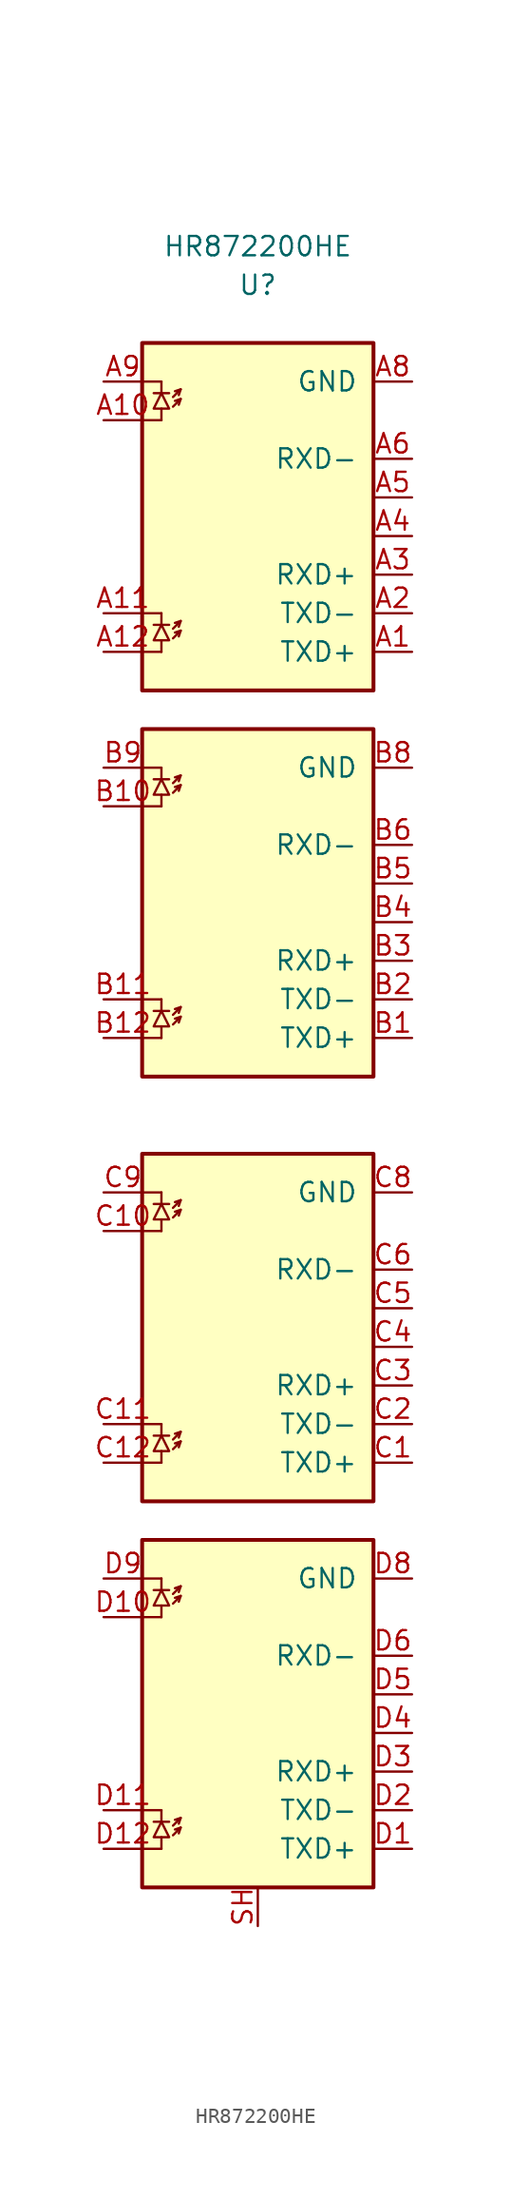
<source format=kicad_sym>
(kicad_symbol_lib
  (version 20231120)
  (generator "kicad_symbol_editor")
  (generator_version "8.0")
  (symbol "HR872200HE"
    (pin_names
      (offset 1.016))
    (property "Reference" "U"
      (at 0 54.61 0)
      (effects (font (size 1.27 1.27))))
    (property "Value" "HR872200HE"
      (at 0 57.15 0)
      (effects (font (size 1.27 1.27))))
    (symbol "HR872200HE_1_1"
      (polyline (pts (xy -7.62 -48.26) (xy -6.35 -48.26)) (stroke (width 0) (type solid)) (fill (type none)))
      (polyline (pts (xy -7.62 -45.72) (xy -6.35 -45.72)) (stroke (width 0) (type solid)) (fill (type none)))
      (polyline (pts (xy -7.62 -33.02) (xy -6.35 -33.02)) (stroke (width 0) (type solid)) (fill (type none)))
      (polyline (pts (xy -7.62 -30.48) (xy -6.35 -30.48)) (stroke (width 0) (type solid)) (fill (type none)))
      (polyline (pts (xy -7.62 -22.86) (xy -6.35 -22.86)) (stroke (width 0) (type solid)) (fill (type none)))
      (polyline (pts (xy -7.62 -20.32) (xy -6.35 -20.32)) (stroke (width 0) (type solid)) (fill (type none)))
      (polyline (pts (xy -7.62 -7.62) (xy -6.35 -7.62)) (stroke (width 0) (type solid)) (fill (type none)))
      (polyline (pts (xy -7.62 -5.08) (xy -6.35 -5.08)) (stroke (width 0) (type solid)) (fill (type none)))
      (polyline (pts (xy -7.62 5.08) (xy -6.35 5.08)) (stroke (width 0) (type solid)) (fill (type none)))
      (polyline (pts (xy -7.62 7.62) (xy -6.35 7.62)) (stroke (width 0) (type solid)) (fill (type none)))
      (polyline (pts (xy -7.62 20.32) (xy -6.35 20.32)) (stroke (width 0) (type solid)) (fill (type none)))
      (polyline (pts (xy -7.62 22.86) (xy -6.35 22.86)) (stroke (width 0) (type solid)) (fill (type none)))
      (polyline (pts (xy -7.62 30.48) (xy -6.35 30.48)) (stroke (width 0) (type solid)) (fill (type none)))
      (polyline (pts (xy -7.62 33.02) (xy -6.35 33.02)) (stroke (width 0) (type solid)) (fill (type none)))
      (polyline (pts (xy -7.62 45.72) (xy -6.35 45.72)) (stroke (width 0) (type solid)) (fill (type none)))
      (polyline (pts (xy -7.62 48.26) (xy -6.35 48.26)) (stroke (width 0) (type solid)) (fill (type none)))
      (polyline (pts (xy -6.858 -46.482) (xy -5.842 -46.482)) (stroke (width 0) (type solid)) (fill (type none)))
      (polyline (pts (xy -6.858 -31.242) (xy -5.842 -31.242)) (stroke (width 0) (type solid)) (fill (type none)))
      (polyline (pts (xy -6.858 -21.082) (xy -5.842 -21.082)) (stroke (width 0) (type solid)) (fill (type none)))
      (polyline (pts (xy -6.858 -5.842) (xy -5.842 -5.842)) (stroke (width 0) (type solid)) (fill (type none)))
      (polyline (pts (xy -6.858 6.858) (xy -5.842 6.858)) (stroke (width 0) (type solid)) (fill (type none)))
      (polyline (pts (xy -6.858 22.098) (xy -5.842 22.098)) (stroke (width 0) (type solid)) (fill (type none)))
      (polyline (pts (xy -6.858 32.258) (xy -5.842 32.258)) (stroke (width 0) (type solid)) (fill (type none)))
      (polyline (pts (xy -6.858 47.498) (xy -5.842 47.498)) (stroke (width 0) (type solid)) (fill (type none)))
      (polyline (pts (xy -6.35 -48.26) (xy -6.35 -47.498)) (stroke (width 0) (type solid)) (fill (type none)))
      (polyline (pts (xy -6.35 -45.72) (xy -6.35 -46.482)) (stroke (width 0) (type solid)) (fill (type none)))
      (polyline (pts (xy -6.35 -33.02) (xy -6.35 -32.258)) (stroke (width 0) (type solid)) (fill (type none)))
      (polyline (pts (xy -6.35 -30.48) (xy -6.35 -31.242)) (stroke (width 0) (type solid)) (fill (type none)))
      (polyline (pts (xy -6.35 -22.86) (xy -6.35 -22.098)) (stroke (width 0) (type solid)) (fill (type none)))
      (polyline (pts (xy -6.35 -20.32) (xy -6.35 -21.082)) (stroke (width 0) (type solid)) (fill (type none)))
      (polyline (pts (xy -6.35 -7.62) (xy -6.35 -6.858)) (stroke (width 0) (type solid)) (fill (type none)))
      (polyline (pts (xy -6.35 -5.08) (xy -6.35 -5.842)) (stroke (width 0) (type solid)) (fill (type none)))
      (polyline (pts (xy -6.35 5.08) (xy -6.35 5.842)) (stroke (width 0) (type solid)) (fill (type none)))
      (polyline (pts (xy -6.35 7.62) (xy -6.35 6.858)) (stroke (width 0) (type solid)) (fill (type none)))
      (polyline (pts (xy -6.35 20.32) (xy -6.35 21.082)) (stroke (width 0) (type solid)) (fill (type none)))
      (polyline (pts (xy -6.35 22.86) (xy -6.35 22.098)) (stroke (width 0) (type solid)) (fill (type none)))
      (polyline (pts (xy -6.35 30.48) (xy -6.35 31.242)) (stroke (width 0) (type solid)) (fill (type none)))
      (polyline (pts (xy -6.35 33.02) (xy -6.35 32.258)) (stroke (width 0) (type solid)) (fill (type none)))
      (polyline (pts (xy -6.35 45.72) (xy -6.35 46.482)) (stroke (width 0) (type solid)) (fill (type none)))
      (polyline (pts (xy -6.35 48.26) (xy -6.35 47.498)) (stroke (width 0) (type solid)) (fill (type none)))
      (polyline (pts (xy -5.08 -46.863) (xy -5.207 -47.244)) (stroke (width 0) (type solid)) (fill (type none)))
      (polyline (pts (xy -5.08 -46.228) (xy -5.207 -46.609)) (stroke (width 0) (type solid)) (fill (type none)))
      (polyline (pts (xy -5.08 -31.623) (xy -5.207 -32.004)) (stroke (width 0) (type solid)) (fill (type none)))
      (polyline (pts (xy -5.08 -30.988) (xy -5.207 -31.369)) (stroke (width 0) (type solid)) (fill (type none)))
      (polyline (pts (xy -5.08 -21.463) (xy -5.207 -21.844)) (stroke (width 0) (type solid)) (fill (type none)))
      (polyline (pts (xy -5.08 -20.828) (xy -5.207 -21.209)) (stroke (width 0) (type solid)) (fill (type none)))
      (polyline (pts (xy -5.08 -6.223) (xy -5.207 -6.604)) (stroke (width 0) (type solid)) (fill (type none)))
      (polyline (pts (xy -5.08 -5.588) (xy -5.207 -5.969)) (stroke (width 0) (type solid)) (fill (type none)))
      (polyline (pts (xy -5.08 6.477) (xy -5.207 6.096)) (stroke (width 0) (type solid)) (fill (type none)))
      (polyline (pts (xy -5.08 7.112) (xy -5.207 6.731)) (stroke (width 0) (type solid)) (fill (type none)))
      (polyline (pts (xy -5.08 21.717) (xy -5.207 21.336)) (stroke (width 0) (type solid)) (fill (type none)))
      (polyline (pts (xy -5.08 22.352) (xy -5.207 21.971)) (stroke (width 0) (type solid)) (fill (type none)))
      (polyline (pts (xy -5.08 31.877) (xy -5.207 31.496)) (stroke (width 0) (type solid)) (fill (type none)))
      (polyline (pts (xy -5.08 32.512) (xy -5.207 32.131)) (stroke (width 0) (type solid)) (fill (type none)))
      (polyline (pts (xy -5.08 47.117) (xy -5.207 46.736)) (stroke (width 0) (type solid)) (fill (type none)))
      (polyline (pts (xy -5.08 47.752) (xy -5.207 47.371)) (stroke (width 0) (type solid)) (fill (type none)))
      (polyline (pts (xy -5.588 -47.371) (xy -5.08 -46.863) (xy -5.461 -46.99)) (stroke (width 0) (type solid)) (fill (type none)))
      (polyline (pts (xy -5.588 -46.736) (xy -5.08 -46.228) (xy -5.461 -46.355)) (stroke (width 0) (type solid)) (fill (type none)))
      (polyline (pts (xy -5.588 -32.131) (xy -5.08 -31.623) (xy -5.461 -31.75)) (stroke (width 0) (type solid)) (fill (type none)))
      (polyline (pts (xy -5.588 -31.496) (xy -5.08 -30.988) (xy -5.461 -31.115)) (stroke (width 0) (type solid)) (fill (type none)))
      (polyline (pts (xy -5.588 -21.971) (xy -5.08 -21.463) (xy -5.461 -21.59)) (stroke (width 0) (type solid)) (fill (type none)))
      (polyline (pts (xy -5.588 -21.336) (xy -5.08 -20.828) (xy -5.461 -20.955)) (stroke (width 0) (type solid)) (fill (type none)))
      (polyline (pts (xy -5.588 -6.731) (xy -5.08 -6.223) (xy -5.461 -6.35)) (stroke (width 0) (type solid)) (fill (type none)))
      (polyline (pts (xy -5.588 -6.096) (xy -5.08 -5.588) (xy -5.461 -5.715)) (stroke (width 0) (type solid)) (fill (type none)))
      (polyline (pts (xy -5.588 5.969) (xy -5.08 6.477) (xy -5.461 6.35)) (stroke (width 0) (type solid)) (fill (type none)))
      (polyline (pts (xy -5.588 6.604) (xy -5.08 7.112) (xy -5.461 6.985)) (stroke (width 0) (type solid)) (fill (type none)))
      (polyline (pts (xy -5.588 21.209) (xy -5.08 21.717) (xy -5.461 21.59)) (stroke (width 0) (type solid)) (fill (type none)))
      (polyline (pts (xy -5.588 21.844) (xy -5.08 22.352) (xy -5.461 22.225)) (stroke (width 0) (type solid)) (fill (type none)))
      (polyline (pts (xy -5.588 31.369) (xy -5.08 31.877) (xy -5.461 31.75)) (stroke (width 0) (type solid)) (fill (type none)))
      (polyline (pts (xy -5.588 32.004) (xy -5.08 32.512) (xy -5.461 32.385)) (stroke (width 0) (type solid)) (fill (type none)))
      (polyline (pts (xy -5.588 46.609) (xy -5.08 47.117) (xy -5.461 46.99)) (stroke (width 0) (type solid)) (fill (type none)))
      (polyline (pts (xy -5.588 47.244) (xy -5.08 47.752) (xy -5.461 47.625)) (stroke (width 0) (type solid)) (fill (type none)))
      (polyline (pts (xy -6.35 -46.482) (xy -6.858 -47.498) (xy -5.842 -47.498) (xy -6.35 -46.482)) (stroke (width 0) (type solid)) (fill (type none)))
      (polyline (pts (xy -6.35 -31.242) (xy -6.858 -32.258) (xy -5.842 -32.258) (xy -6.35 -31.242)) (stroke (width 0) (type solid)) (fill (type none)))
      (polyline (pts (xy -6.35 -21.082) (xy -6.858 -22.098) (xy -5.842 -22.098) (xy -6.35 -21.082)) (stroke (width 0) (type solid)) (fill (type none)))
      (polyline (pts (xy -6.35 -5.842) (xy -6.858 -6.858) (xy -5.842 -6.858) (xy -6.35 -5.842)) (stroke (width 0) (type solid)) (fill (type none)))
      (polyline (pts (xy -6.35 6.858) (xy -6.858 5.842) (xy -5.842 5.842) (xy -6.35 6.858)) (stroke (width 0) (type solid)) (fill (type none)))
      (polyline (pts (xy -6.35 22.098) (xy -6.858 21.082) (xy -5.842 21.082) (xy -6.35 22.098)) (stroke (width 0) (type solid)) (fill (type none)))
      (polyline (pts (xy -6.35 32.258) (xy -6.858 31.242) (xy -5.842 31.242) (xy -6.35 32.258)) (stroke (width 0) (type solid)) (fill (type none)))
      (polyline (pts (xy -6.35 47.498) (xy -6.858 46.482) (xy -5.842 46.482) (xy -6.35 47.498)) (stroke (width 0) (type solid)) (fill (type none)))
      (rectangle (start 7.62 -27.94) (end -7.62 -50.8) (stroke (width 0.254) (type solid)) (fill (type background)))
      (rectangle (start 7.62 -2.54) (end -7.62 -25.4) (stroke (width 0.254) (type solid)) (fill (type background)))
      (rectangle (start 7.62 25.4) (end -7.62 2.54) (stroke (width 0.254) (type solid)) (fill (type background)))
      (rectangle (start 7.62 50.8) (end -7.62 27.94) (stroke (width 0.254) (type solid)) (fill (type background)))
      (pin passive line (at 10.16 30.48 180) (length 2.54) (name "TXD+" (effects (font (size 1.27 1.27)))) (number "A1" (effects (font (size 1.27 1.27)))))
      (pin passive line (at -10.16 45.72 0) (length 2.54) (name "~" (effects (font (size 1.27 1.27)))) (number "A10" (effects (font (size 1.27 1.27)))))
      (pin passive line (at -10.16 33.02 0) (length 2.54) (name "~" (effects (font (size 1.27 1.27)))) (number "A11" (effects (font (size 1.27 1.27)))))
      (pin passive line (at -10.16 30.48 0) (length 2.54) (name "~" (effects (font (size 1.27 1.27)))) (number "A12" (effects (font (size 1.27 1.27)))))
      (pin passive line (at 10.16 33.02 180) (length 2.54) (name "TXD-" (effects (font (size 1.27 1.27)))) (number "A2" (effects (font (size 1.27 1.27)))))
      (pin passive line (at 10.16 35.56 180) (length 2.54) (name "RXD+" (effects (font (size 1.27 1.27)))) (number "A3" (effects (font (size 1.27 1.27)))))
      (pin passive line (at 10.16 38.1 180) (length 2.54) (name "~" (effects (font (size 1.27 1.27)))) (number "A4" (effects (font (size 1.27 1.27)))))
      (pin passive line (at 10.16 40.64 180) (length 2.54) (name "~" (effects (font (size 1.27 1.27)))) (number "A5" (effects (font (size 1.27 1.27)))))
      (pin passive line (at 10.16 43.18 180) (length 2.54) (name "RXD-" (effects (font (size 1.27 1.27)))) (number "A6" (effects (font (size 1.27 1.27)))))
      (pin passive line (at 10.16 45.72 180) (length 2.54) hide (name "NC" (effects (font (size 1.27 1.27)))) (number "A7" (effects (font (size 1.27 1.27)))))
      (pin passive line (at 10.16 48.26 180) (length 2.54) (name "GND" (effects (font (size 1.27 1.27)))) (number "A8" (effects (font (size 1.27 1.27)))))
      (pin passive line (at -10.16 48.26 0) (length 2.54) (name "~" (effects (font (size 1.27 1.27)))) (number "A9" (effects (font (size 1.27 1.27)))))
      (pin passive line (at 10.16 5.08 180) (length 2.54) (name "TXD+" (effects (font (size 1.27 1.27)))) (number "B1" (effects (font (size 1.27 1.27)))))
      (pin passive line (at -10.16 20.32 0) (length 2.54) (name "~" (effects (font (size 1.27 1.27)))) (number "B10" (effects (font (size 1.27 1.27)))))
      (pin passive line (at -10.16 7.62 0) (length 2.54) (name "~" (effects (font (size 1.27 1.27)))) (number "B11" (effects (font (size 1.27 1.27)))))
      (pin passive line (at -10.16 5.08 0) (length 2.54) (name "~" (effects (font (size 1.27 1.27)))) (number "B12" (effects (font (size 1.27 1.27)))))
      (pin passive line (at 10.16 7.62 180) (length 2.54) (name "TXD-" (effects (font (size 1.27 1.27)))) (number "B2" (effects (font (size 1.27 1.27)))))
      (pin passive line (at 10.16 10.16 180) (length 2.54) (name "RXD+" (effects (font (size 1.27 1.27)))) (number "B3" (effects (font (size 1.27 1.27)))))
      (pin passive line (at 10.16 12.7 180) (length 2.54) (name "~" (effects (font (size 1.27 1.27)))) (number "B4" (effects (font (size 1.27 1.27)))))
      (pin passive line (at 10.16 15.24 180) (length 2.54) (name "~" (effects (font (size 1.27 1.27)))) (number "B5" (effects (font (size 1.27 1.27)))))
      (pin passive line (at 10.16 17.78 180) (length 2.54) (name "RXD-" (effects (font (size 1.27 1.27)))) (number "B6" (effects (font (size 1.27 1.27)))))
      (pin passive line (at 10.16 20.32 180) (length 2.54) hide (name "NC" (effects (font (size 1.27 1.27)))) (number "B7" (effects (font (size 1.27 1.27)))))
      (pin passive line (at 10.16 22.86 180) (length 2.54) (name "GND" (effects (font (size 1.27 1.27)))) (number "B8" (effects (font (size 1.27 1.27)))))
      (pin passive line (at -10.16 22.86 0) (length 2.54) (name "~" (effects (font (size 1.27 1.27)))) (number "B9" (effects (font (size 1.27 1.27)))))
      (pin passive line (at 10.16 -22.86 180) (length 2.54) (name "TXD+" (effects (font (size 1.27 1.27)))) (number "C1" (effects (font (size 1.27 1.27)))))
      (pin passive line (at -10.16 -7.62 0) (length 2.54) (name "~" (effects (font (size 1.27 1.27)))) (number "C10" (effects (font (size 1.27 1.27)))))
      (pin passive line (at -10.16 -20.32 0) (length 2.54) (name "~" (effects (font (size 1.27 1.27)))) (number "C11" (effects (font (size 1.27 1.27)))))
      (pin passive line (at -10.16 -22.86 0) (length 2.54) (name "~" (effects (font (size 1.27 1.27)))) (number "C12" (effects (font (size 1.27 1.27)))))
      (pin passive line (at 10.16 -20.32 180) (length 2.54) (name "TXD-" (effects (font (size 1.27 1.27)))) (number "C2" (effects (font (size 1.27 1.27)))))
      (pin passive line (at 10.16 -17.78 180) (length 2.54) (name "RXD+" (effects (font (size 1.27 1.27)))) (number "C3" (effects (font (size 1.27 1.27)))))
      (pin passive line (at 10.16 -15.24 180) (length 2.54) (name "~" (effects (font (size 1.27 1.27)))) (number "C4" (effects (font (size 1.27 1.27)))))
      (pin passive line (at 10.16 -12.7 180) (length 2.54) (name "~" (effects (font (size 1.27 1.27)))) (number "C5" (effects (font (size 1.27 1.27)))))
      (pin passive line (at 10.16 -10.16 180) (length 2.54) (name "RXD-" (effects (font (size 1.27 1.27)))) (number "C6" (effects (font (size 1.27 1.27)))))
      (pin passive line (at 10.16 -7.62 180) (length 2.54) hide (name "NC" (effects (font (size 1.27 1.27)))) (number "C7" (effects (font (size 1.27 1.27)))))
      (pin passive line (at 10.16 -5.08 180) (length 2.54) (name "GND" (effects (font (size 1.27 1.27)))) (number "C8" (effects (font (size 1.27 1.27)))))
      (pin passive line (at -10.16 -5.08 0) (length 2.54) (name "~" (effects (font (size 1.27 1.27)))) (number "C9" (effects (font (size 1.27 1.27)))))
      (pin passive line (at 10.16 -48.26 180) (length 2.54) (name "TXD+" (effects (font (size 1.27 1.27)))) (number "D1" (effects (font (size 1.27 1.27)))))
      (pin passive line (at -10.16 -33.02 0) (length 2.54) (name "~" (effects (font (size 1.27 1.27)))) (number "D10" (effects (font (size 1.27 1.27)))))
      (pin passive line (at -10.16 -45.72 0) (length 2.54) (name "~" (effects (font (size 1.27 1.27)))) (number "D11" (effects (font (size 1.27 1.27)))))
      (pin passive line (at -10.16 -48.26 0) (length 2.54) (name "~" (effects (font (size 1.27 1.27)))) (number "D12" (effects (font (size 1.27 1.27)))))
      (pin passive line (at 10.16 -45.72 180) (length 2.54) (name "TXD-" (effects (font (size 1.27 1.27)))) (number "D2" (effects (font (size 1.27 1.27)))))
      (pin passive line (at 10.16 -43.18 180) (length 2.54) (name "RXD+" (effects (font (size 1.27 1.27)))) (number "D3" (effects (font (size 1.27 1.27)))))
      (pin passive line (at 10.16 -40.64 180) (length 2.54) (name "~" (effects (font (size 1.27 1.27)))) (number "D4" (effects (font (size 1.27 1.27)))))
      (pin passive line (at 10.16 -38.1 180) (length 2.54) (name "~" (effects (font (size 1.27 1.27)))) (number "D5" (effects (font (size 1.27 1.27)))))
      (pin passive line (at 10.16 -35.56 180) (length 2.54) (name "RXD-" (effects (font (size 1.27 1.27)))) (number "D6" (effects (font (size 1.27 1.27)))))
      (pin passive line (at 10.16 -33.02 180) (length 2.54) hide (name "NC" (effects (font (size 1.27 1.27)))) (number "D7" (effects (font (size 1.27 1.27)))))
      (pin passive line (at 10.16 -30.48 180) (length 2.54) (name "GND" (effects (font (size 1.27 1.27)))) (number "D8" (effects (font (size 1.27 1.27)))))
      (pin passive line (at -10.16 -30.48 0) (length 2.54) (name "~" (effects (font (size 1.27 1.27)))) (number "D9" (effects (font (size 1.27 1.27)))))
      (pin passive line (at 0 -53.34 90) (length 2.54) (name "~" (effects (font (size 1.27 1.27)))) (number "SH" (effects (font (size 1.27 1.27))))))))
</source>
